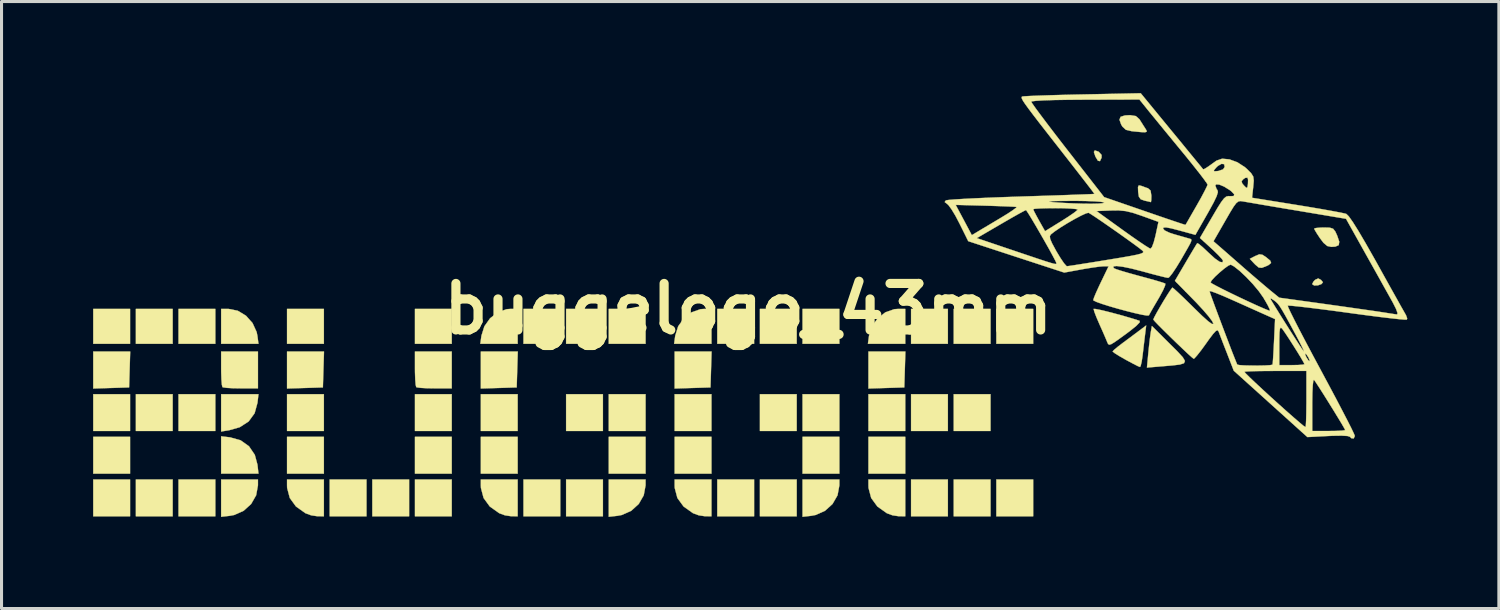
<source format=kicad_pcb>
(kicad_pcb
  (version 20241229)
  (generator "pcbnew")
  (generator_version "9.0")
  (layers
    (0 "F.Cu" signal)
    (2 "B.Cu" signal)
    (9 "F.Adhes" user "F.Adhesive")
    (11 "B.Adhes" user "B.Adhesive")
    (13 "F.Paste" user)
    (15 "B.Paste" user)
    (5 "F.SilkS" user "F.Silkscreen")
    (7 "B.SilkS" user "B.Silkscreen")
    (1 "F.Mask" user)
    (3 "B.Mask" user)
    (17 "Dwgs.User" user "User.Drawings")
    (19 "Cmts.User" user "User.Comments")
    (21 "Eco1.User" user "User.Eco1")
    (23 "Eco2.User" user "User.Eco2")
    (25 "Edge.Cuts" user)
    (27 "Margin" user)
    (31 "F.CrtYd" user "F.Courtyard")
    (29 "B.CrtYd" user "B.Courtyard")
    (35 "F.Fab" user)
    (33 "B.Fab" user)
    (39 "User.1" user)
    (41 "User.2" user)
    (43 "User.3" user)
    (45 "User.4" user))
  (footprint "buggelogo_43mm"
    (layer "F.Cu")
    (at 21.468 7.072)
    (property "Reference" "buggelogo_43mm" (at 0 0 0) (layer "F.SilkS") (effects (font (size 1.524 1.524) (thickness 0.3))))
    (attr through_hole)
    (fp_poly (pts (xy -20.256 1.143) (xy -21.463 1.143) (xy -21.463 0) (xy -20.256 0) (xy -20.256 1.143)) (stroke (width 0.01) (type solid)) (fill yes) (layer "F.SilkS"))
    (fp_poly (pts (xy -20.256 4) (xy -21.463 4) (xy -21.463 2.794) (xy -20.256 2.794) (xy -20.256 4)) (stroke (width 0.01) (type solid)) (fill yes) (layer "F.SilkS"))
    (fp_poly (pts (xy -20.256 5.397) (xy -21.463 5.397) (xy -21.463 4.191) (xy -20.256 4.191) (xy -20.256 5.397)) (stroke (width 0.01) (type solid)) (fill yes) (layer "F.SilkS"))
    (fp_poly (pts (xy -20.256 6.795) (xy -21.463 6.795) (xy -21.463 5.588) (xy -20.256 5.588) (xy -20.256 6.795)) (stroke (width 0.01) (type solid)) (fill yes) (layer "F.SilkS"))
    (fp_poly (pts (xy -18.86 1.143) (xy -20.066 1.143) (xy -20.066 0) (xy -18.86 0) (xy -18.86 1.143)) (stroke (width 0.01) (type solid)) (fill yes) (layer "F.SilkS"))
    (fp_poly (pts (xy -18.86 4) (xy -20.066 4) (xy -20.066 2.794) (xy -18.86 2.794) (xy -18.86 4)) (stroke (width 0.01) (type solid)) (fill yes) (layer "F.SilkS"))
    (fp_poly (pts (xy -18.86 6.795) (xy -20.066 6.795) (xy -20.066 5.588) (xy -18.86 5.588) (xy -18.86 6.795)) (stroke (width 0.01) (type solid)) (fill yes) (layer "F.SilkS"))
    (fp_poly (pts (xy -17.462 1.143) (xy -18.669 1.143) (xy -18.669 0) (xy -17.462 0) (xy -17.462 1.143)) (stroke (width 0.01) (type solid)) (fill yes) (layer "F.SilkS"))
    (fp_poly (pts (xy -17.462 4) (xy -18.669 4) (xy -18.669 2.794) (xy -17.462 2.794) (xy -17.462 4)) (stroke (width 0.01) (type solid)) (fill yes) (layer "F.SilkS"))
    (fp_poly (pts (xy -17.462 6.795) (xy -18.669 6.795) (xy -18.669 5.588) (xy -17.462 5.588) (xy -17.462 6.795)) (stroke (width 0.01) (type solid)) (fill yes) (layer "F.SilkS"))
    (fp_poly (pts (xy -13.906 1.143) (xy -15.113 1.143) (xy -15.113 0) (xy -13.906 0) (xy -13.906 1.143)) (stroke (width 0.01) (type solid)) (fill yes) (layer "F.SilkS"))
    (fp_poly (pts (xy -13.906 4) (xy -15.113 4) (xy -15.113 2.794) (xy -13.906 2.794) (xy -13.906 4)) (stroke (width 0.01) (type solid)) (fill yes) (layer "F.SilkS"))
    (fp_poly (pts (xy -13.906 5.397) (xy -15.113 5.397) (xy -15.113 4.191) (xy -13.906 4.191) (xy -13.906 5.397)) (stroke (width 0.01) (type solid)) (fill yes) (layer "F.SilkS"))
    (fp_poly (pts (xy -12.509 6.795) (xy -13.716 6.795) (xy -13.716 5.588) (xy -12.509 5.588) (xy -12.509 6.795)) (stroke (width 0.01) (type solid)) (fill yes) (layer "F.SilkS"))
    (fp_poly (pts (xy -11.113 6.795) (xy -12.319 6.795) (xy -12.319 5.588) (xy -11.113 5.588) (xy -11.113 6.795)) (stroke (width 0.01) (type solid)) (fill yes) (layer "F.SilkS"))
    (fp_poly (pts (xy -9.716 1.143) (xy -10.922 1.143) (xy -10.922 0) (xy -9.716 0) (xy -9.716 1.143)) (stroke (width 0.01) (type solid)) (fill yes) (layer "F.SilkS"))
    (fp_poly (pts (xy -9.716 4) (xy -10.922 4) (xy -10.922 2.794) (xy -9.716 2.794) (xy -9.716 4)) (stroke (width 0.01) (type solid)) (fill yes) (layer "F.SilkS"))
    (fp_poly (pts (xy -9.716 5.397) (xy -10.922 5.397) (xy -10.922 4.191) (xy -9.716 4.191) (xy -9.716 5.397)) (stroke (width 0.01) (type solid)) (fill yes) (layer "F.SilkS"))
    (fp_poly (pts (xy -9.716 6.795) (xy -10.922 6.795) (xy -10.922 5.588) (xy -9.716 5.588) (xy -9.716 6.795)) (stroke (width 0.01) (type solid)) (fill yes) (layer "F.SilkS"))
    (fp_poly (pts (xy -7.556 4) (xy -8.763 4) (xy -8.763 2.794) (xy -7.556 2.794) (xy -7.556 4)) (stroke (width 0.01) (type solid)) (fill yes) (layer "F.SilkS"))
    (fp_poly (pts (xy -7.556 5.397) (xy -8.763 5.397) (xy -8.763 4.191) (xy -7.556 4.191) (xy -7.556 5.397)) (stroke (width 0.01) (type solid)) (fill yes) (layer "F.SilkS"))
    (fp_poly (pts (xy -6.16 1.143) (xy -7.366 1.143) (xy -7.366 0) (xy -6.16 0) (xy -6.16 1.143)) (stroke (width 0.01) (type solid)) (fill yes) (layer "F.SilkS"))
    (fp_poly (pts (xy -6.16 6.795) (xy -7.366 6.795) (xy -7.366 5.588) (xy -6.16 5.588) (xy -6.16 6.795)) (stroke (width 0.01) (type solid)) (fill yes) (layer "F.SilkS"))
    (fp_poly (pts (xy -4.763 1.143) (xy -5.969 1.143) (xy -5.969 0) (xy -4.763 0) (xy -4.763 1.143)) (stroke (width 0.01) (type solid)) (fill yes) (layer "F.SilkS"))
    (fp_poly (pts (xy -4.763 4) (xy -5.969 4) (xy -5.969 2.794) (xy -4.763 2.794) (xy -4.763 4)) (stroke (width 0.01) (type solid)) (fill yes) (layer "F.SilkS"))
    (fp_poly (pts (xy -4.763 6.795) (xy -5.969 6.795) (xy -5.969 5.588) (xy -4.763 5.588) (xy -4.763 6.795)) (stroke (width 0.01) (type solid)) (fill yes) (layer "F.SilkS"))
    (fp_poly (pts (xy -3.365 1.143) (xy -4.572 1.143) (xy -4.572 0) (xy -3.365 0) (xy -3.365 1.143)) (stroke (width 0.01) (type solid)) (fill yes) (layer "F.SilkS"))
    (fp_poly (pts (xy -3.365 4) (xy -4.572 4) (xy -4.572 2.794) (xy -3.365 2.794) (xy -3.365 4)) (stroke (width 0.01) (type solid)) (fill yes) (layer "F.SilkS"))
    (fp_poly (pts (xy -3.365 5.397) (xy -4.572 5.397) (xy -4.572 4.191) (xy -3.365 4.191) (xy -3.365 5.397)) (stroke (width 0.01) (type solid)) (fill yes) (layer "F.SilkS"))
    (fp_poly (pts (xy -1.206 4) (xy -2.413 4) (xy -2.413 2.794) (xy -1.206 2.794) (xy -1.206 4)) (stroke (width 0.01) (type solid)) (fill yes) (layer "F.SilkS"))
    (fp_poly (pts (xy -1.206 5.397) (xy -2.413 5.397) (xy -2.413 4.191) (xy -1.206 4.191) (xy -1.206 5.397)) (stroke (width 0.01) (type solid)) (fill yes) (layer "F.SilkS"))
    (fp_poly (pts (xy 0.191 1.143) (xy -1.016 1.143) (xy -1.016 0) (xy 0.191 0) (xy 0.191 1.143)) (stroke (width 0.01) (type solid)) (fill yes) (layer "F.SilkS"))
    (fp_poly (pts (xy 0.191 6.795) (xy -1.016 6.795) (xy -1.016 5.588) (xy 0.191 5.588) (xy 0.191 6.795)) (stroke (width 0.01) (type solid)) (fill yes) (layer "F.SilkS"))
    (fp_poly (pts (xy 1.587 1.143) (xy 0.381 1.143) (xy 0.381 0) (xy 1.587 0) (xy 1.587 1.143)) (stroke (width 0.01) (type solid)) (fill yes) (layer "F.SilkS"))
    (fp_poly (pts (xy 1.587 4) (xy 0.381 4) (xy 0.381 2.794) (xy 1.587 2.794) (xy 1.587 4)) (stroke (width 0.01) (type solid)) (fill yes) (layer "F.SilkS"))
    (fp_poly (pts (xy 1.587 6.795) (xy 0.381 6.795) (xy 0.381 5.588) (xy 1.587 5.588) (xy 1.587 6.795)) (stroke (width 0.01) (type solid)) (fill yes) (layer "F.SilkS"))
    (fp_poly (pts (xy 2.985 1.143) (xy 1.778 1.143) (xy 1.778 0) (xy 2.985 0) (xy 2.985 1.143)) (stroke (width 0.01) (type solid)) (fill yes) (layer "F.SilkS"))
    (fp_poly (pts (xy 2.985 4) (xy 1.778 4) (xy 1.778 2.794) (xy 2.985 2.794) (xy 2.985 4)) (stroke (width 0.01) (type solid)) (fill yes) (layer "F.SilkS"))
    (fp_poly (pts (xy 2.985 5.397) (xy 1.778 5.397) (xy 1.778 4.191) (xy 2.985 4.191) (xy 2.985 5.397)) (stroke (width 0.01) (type solid)) (fill yes) (layer "F.SilkS"))
    (fp_poly (pts (xy 5.144 4) (xy 3.937 4) (xy 3.937 2.794) (xy 5.144 2.794) (xy 5.144 4)) (stroke (width 0.01) (type solid)) (fill yes) (layer "F.SilkS"))
    (fp_poly (pts (xy 5.144 5.397) (xy 3.937 5.397) (xy 3.937 4.191) (xy 5.144 4.191) (xy 5.144 5.397)) (stroke (width 0.01) (type solid)) (fill yes) (layer "F.SilkS"))
    (fp_poly (pts (xy 6.54 1.143) (xy 5.334 1.143) (xy 5.334 0) (xy 6.54 0) (xy 6.54 1.143)) (stroke (width 0.01) (type solid)) (fill yes) (layer "F.SilkS"))
    (fp_poly (pts (xy 6.54 4) (xy 5.334 4) (xy 5.334 2.794) (xy 6.54 2.794) (xy 6.54 4)) (stroke (width 0.01) (type solid)) (fill yes) (layer "F.SilkS"))
    (fp_poly (pts (xy 6.54 6.795) (xy 5.334 6.795) (xy 5.334 5.588) (xy 6.54 5.588) (xy 6.54 6.795)) (stroke (width 0.01) (type solid)) (fill yes) (layer "F.SilkS"))
    (fp_poly (pts (xy 7.938 1.143) (xy 6.731 1.143) (xy 6.731 0) (xy 7.938 0) (xy 7.938 1.143)) (stroke (width 0.01) (type solid)) (fill yes) (layer "F.SilkS"))
    (fp_poly (pts (xy 7.938 4) (xy 6.731 4) (xy 6.731 2.794) (xy 7.938 2.794) (xy 7.938 4)) (stroke (width 0.01) (type solid)) (fill yes) (layer "F.SilkS"))
    (fp_poly (pts (xy 7.938 6.795) (xy 6.731 6.795) (xy 6.731 5.588) (xy 7.938 5.588) (xy 7.938 6.795)) (stroke (width 0.01) (type solid)) (fill yes) (layer "F.SilkS"))
    (fp_poly (pts (xy 9.335 1.143) (xy 8.128 1.143) (xy 8.128 0) (xy 9.335 0) (xy 9.335 1.143)) (stroke (width 0.01) (type solid)) (fill yes) (layer "F.SilkS"))
    (fp_poly (pts (xy 9.335 6.795) (xy 8.128 6.795) (xy 8.128 5.588) (xy 9.335 5.588) (xy 9.335 6.795)) (stroke (width 0.01) (type solid)) (fill yes) (layer "F.SilkS"))
    (fp_poly (pts (xy -20.27 1.984) (xy -20.288 2.572) (xy -20.876 2.59) (xy -21.463 2.608) (xy -21.463 1.397) (xy -20.252 1.397) (xy -20.27 1.984)) (stroke (width 0.01) (type solid)) (fill yes) (layer "F.SilkS"))
    (fp_poly (pts (xy -13.92 1.984) (xy -13.938 2.572) (xy -14.526 2.59) (xy -15.113 2.608) (xy -15.113 1.397) (xy -13.902 1.397) (xy -13.92 1.984)) (stroke (width 0.01) (type solid)) (fill yes) (layer "F.SilkS"))
    (fp_poly (pts (xy -7.57 1.984) (xy -7.588 2.572) (xy -8.176 2.59) (xy -8.763 2.608) (xy -8.763 1.397) (xy -7.552 1.397) (xy -7.57 1.984)) (stroke (width 0.01) (type solid)) (fill yes) (layer "F.SilkS"))
    (fp_poly (pts (xy -1.22 1.984) (xy -1.238 2.572) (xy -1.826 2.59) (xy -2.413 2.608) (xy -2.413 1.397) (xy -1.202 1.397) (xy -1.22 1.984)) (stroke (width 0.01) (type solid)) (fill yes) (layer "F.SilkS"))
    (fp_poly (pts (xy 5.13 1.984) (xy 5.112 2.572) (xy 4.524 2.59) (xy 3.937 2.608) (xy 3.937 1.397) (xy 5.148 1.397) (xy 5.13 1.984)) (stroke (width 0.01) (type solid)) (fill yes) (layer "F.SilkS"))
    (fp_poly (pts (xy -16.979 4.208) (xy -16.634 4.305) (xy -16.359 4.501) (xy -16.169 4.781) (xy -16.082 5.104) (xy -16.049 5.397) (xy -17.272 5.397) (xy -17.272 4.174) (xy -16.979 4.208)) (stroke (width 0.01) (type solid)) (fill yes) (layer "F.SilkS"))
    (fp_poly (pts (xy -16.081 3.074) (xy -16.175 3.418) (xy -16.371 3.687) (xy -16.662 3.876) (xy -17.011 3.975) (xy -17.272 4.017) (xy -17.272 2.794) (xy -16.049 2.794) (xy -16.081 3.074)) (stroke (width 0.01) (type solid)) (fill yes) (layer "F.SilkS"))
    (fp_poly (pts (xy -16.729 0.059) (xy -16.459 0.222) (xy -16.244 0.462) (xy -16.109 0.757) (xy -16.084 0.879) (xy -16.049 1.143) (xy -17.272 1.143) (xy -17.272 0) (xy -17.027 0) (xy -16.729 0.059)) (stroke (width 0.01) (type solid)) (fill yes) (layer "F.SilkS"))
    (fp_poly (pts (xy -16.066 5.781) (xy -16.125 6.106) (xy -16.289 6.391) (xy -16.536 6.615) (xy -16.844 6.752) (xy -16.987 6.779) (xy -17.272 6.811) (xy -17.272 5.588) (xy -16.066 5.588) (xy -16.066 5.781)) (stroke (width 0.01) (type solid)) (fill yes) (layer "F.SilkS"))
    (fp_poly (pts (xy -7.556 1.143) (xy -8.78 1.143) (xy -8.744 0.879) (xy -8.647 0.57) (xy -8.459 0.306) (xy -8.207 0.111) (xy -7.917 0.009) (xy -7.801 0) (xy -7.556 0) (xy -7.556 1.143)) (stroke (width 0.01) (type solid)) (fill yes) (layer "F.SilkS"))
    (fp_poly (pts (xy -3.365 5.781) (xy -3.425 6.106) (xy -3.589 6.391) (xy -3.836 6.615) (xy -4.144 6.752) (xy -4.287 6.779) (xy -4.572 6.811) (xy -4.572 5.588) (xy -3.365 5.588) (xy -3.365 5.781)) (stroke (width 0.01) (type solid)) (fill yes) (layer "F.SilkS"))
    (fp_poly (pts (xy -1.206 1.143) (xy -2.43 1.143) (xy -2.394 0.879) (xy -2.297 0.57) (xy -2.109 0.306) (xy -1.857 0.111) (xy -1.567 0.009) (xy -1.451 0) (xy -1.206 0) (xy -1.206 1.143)) (stroke (width 0.01) (type solid)) (fill yes) (layer "F.SilkS"))
    (fp_poly (pts (xy 2.985 5.781) (xy 2.925 6.106) (xy 2.761 6.391) (xy 2.514 6.615) (xy 2.206 6.752) (xy 2.063 6.779) (xy 1.778 6.811) (xy 1.778 5.588) (xy 2.985 5.588) (xy 2.985 5.781)) (stroke (width 0.01) (type solid)) (fill yes) (layer "F.SilkS"))
    (fp_poly (pts (xy 5.144 1.143) (xy 3.92 1.143) (xy 3.956 0.879) (xy 4.053 0.57) (xy 4.241 0.306) (xy 4.493 0.111) (xy 4.783 0.009) (xy 4.899 0) (xy 5.144 0) (xy 5.144 1.143)) (stroke (width 0.01) (type solid)) (fill yes) (layer "F.SilkS"))
    (fp_poly (pts (xy 11.471 -5.155) (xy 11.482 -5.149) (xy 11.577 -5.045) (xy 11.576 -4.954) (xy 11.523 -4.842) (xy 11.456 -4.856) (xy 11.374 -4.993) (xy 11.324 -5.141) (xy 11.355 -5.194) (xy 11.471 -5.155)) (stroke (width 0.01) (type solid)) (fill yes) (layer "F.SilkS"))
    (fp_poly (pts (xy -13.906 6.795) (xy -14.113 6.794) (xy -14.322 6.763) (xy -14.51 6.694) (xy -14.821 6.473) (xy -15.023 6.195) (xy -15.11 5.866) (xy -15.113 5.781) (xy -15.113 5.588) (xy -13.906 5.588) (xy -13.906 6.795)) (stroke (width 0.01) (type solid)) (fill yes) (layer "F.SilkS"))
    (fp_poly (pts (xy -7.556 6.795) (xy -7.763 6.794) (xy -7.972 6.763) (xy -8.16 6.694) (xy -8.471 6.473) (xy -8.673 6.195) (xy -8.76 5.866) (xy -8.763 5.781) (xy -8.763 5.588) (xy -7.556 5.588) (xy -7.556 6.795)) (stroke (width 0.01) (type solid)) (fill yes) (layer "F.SilkS"))
    (fp_poly (pts (xy -1.206 6.795) (xy -1.413 6.794) (xy -1.622 6.763) (xy -1.81 6.694) (xy -2.121 6.473) (xy -2.323 6.195) (xy -2.41 5.866) (xy -2.413 5.781) (xy -2.413 5.588) (xy -1.206 5.588) (xy -1.206 6.795)) (stroke (width 0.01) (type solid)) (fill yes) (layer "F.SilkS"))
    (fp_poly (pts (xy 5.144 6.795) (xy 4.937 6.794) (xy 4.728 6.763) (xy 4.54 6.694) (xy 4.229 6.473) (xy 4.027 6.195) (xy 3.94 5.866) (xy 3.937 5.781) (xy 3.937 5.588) (xy 5.144 5.588) (xy 5.144 6.795)) (stroke (width 0.01) (type solid)) (fill yes) (layer "F.SilkS"))
    (fp_poly (pts (xy 18.767 -0.95) (xy 18.829 -0.874) (xy 18.783 -0.816) (xy 18.661 -0.771) (xy 18.541 -0.769) (xy 18.479 -0.81) (xy 18.479 -0.818) (xy 18.522 -0.9) (xy 18.574 -0.953) (xy 18.675 -0.999) (xy 18.767 -0.95)) (stroke (width 0.01) (type solid)) (fill yes) (layer "F.SilkS"))
    (fp_poly (pts (xy -16.066 2.603) (xy -16.626 2.603) (xy -16.882 2.599) (xy -17.087 2.587) (xy -17.21 2.57) (xy -17.23 2.561) (xy -17.249 2.483) (xy -17.263 2.308) (xy -17.271 2.071) (xy -17.272 1.958) (xy -17.272 1.397) (xy -16.066 1.397) (xy -16.066 2.603)) (stroke (width 0.01) (type solid)) (fill yes) (layer "F.SilkS"))
    (fp_poly (pts (xy -9.716 2.603) (xy -10.276 2.603) (xy -10.532 2.599) (xy -10.737 2.587) (xy -10.86 2.57) (xy -10.88 2.561) (xy -10.899 2.483) (xy -10.913 2.308) (xy -10.921 2.071) (xy -10.922 1.958) (xy -10.922 1.397) (xy -9.716 1.397) (xy -9.716 2.603)) (stroke (width 0.01) (type solid)) (fill yes) (layer "F.SilkS"))
    (fp_poly (pts (xy 16.847 -1.774) (xy 16.967 -1.695) (xy 17.103 -1.582) (xy 17.131 -1.507) (xy 17.053 -1.441) (xy 16.983 -1.407) (xy 16.828 -1.346) (xy 16.725 -1.356) (xy 16.616 -1.448) (xy 16.578 -1.487) (xy 16.434 -1.641) (xy 16.612 -1.734) (xy 16.744 -1.789) (xy 16.847 -1.774)) (stroke (width 0.01) (type solid)) (fill yes) (layer "F.SilkS"))
    (fp_poly (pts (xy 13.819 1.151) (xy 14.076 1.407) (xy 14.24 1.587) (xy 14.308 1.706) (xy 14.277 1.779) (xy 14.14 1.823) (xy 13.896 1.852) (xy 13.624 1.875) (xy 13.063 1.922) (xy 13.107 1.453) (xy 13.134 1.188) (xy 13.163 0.943) (xy 13.187 0.771) (xy 13.225 0.559) (xy 13.819 1.151)) (stroke (width 0.01) (type solid)) (fill yes) (layer "F.SilkS"))
    (fp_poly (pts (xy 12.867 -4.035) (xy 12.87 -4.034) (xy 13.03 -3.975) (xy 13.097 -3.954) (xy 13.182 -3.877) (xy 13.208 -3.707) (xy 13.204 -3.566) (xy 13.194 -3.5) (xy 13.192 -3.5) (xy 13.126 -3.517) (xy 12.988 -3.547) (xy 12.986 -3.548) (xy 12.859 -3.592) (xy 12.798 -3.678) (xy 12.775 -3.835) (xy 12.769 -3.991) (xy 12.795 -4.048) (xy 12.867 -4.035)) (stroke (width 0.01) (type solid)) (fill yes) (layer "F.SilkS"))
    (fp_poly (pts (xy 19.054 -2.662) (xy 19.163 -2.627) (xy 19.235 -2.536) (xy 19.298 -2.397) (xy 19.364 -2.202) (xy 19.347 -2.09) (xy 19.234 -2.041) (xy 19.101 -2.033) (xy 18.972 -2.061) (xy 18.849 -2.164) (xy 18.736 -2.313) (xy 18.628 -2.476) (xy 18.557 -2.594) (xy 18.542 -2.631) (xy 18.599 -2.651) (xy 18.745 -2.664) (xy 18.862 -2.667) (xy 19.054 -2.662)) (stroke (width 0.01) (type solid)) (fill yes) (layer "F.SilkS"))
    (fp_poly (pts (xy 12.699 -6.319) (xy 12.817 -6.214) (xy 12.821 -6.207) (xy 12.93 -6.035) (xy 13.003 -5.921) (xy 13.049 -5.847) (xy 13.054 -5.805) (xy 13 -5.788) (xy 12.865 -5.794) (xy 12.628 -5.817) (xy 12.557 -5.825) (xy 12.373 -5.869) (xy 12.258 -5.975) (xy 12.217 -6.045) (xy 12.162 -6.2) (xy 12.2 -6.295) (xy 12.343 -6.34) (xy 12.51 -6.349) (xy 12.699 -6.319)) (stroke (width 0.01) (type solid)) (fill yes) (layer "F.SilkS"))
    (fp_poly (pts (xy 12.999 0.858) (xy 12.968 1.114) (xy 12.934 1.406) (xy 12.918 1.54) (xy 12.889 1.735) (xy 12.857 1.867) (xy 12.836 1.903) (xy 12.764 1.874) (xy 12.613 1.797) (xy 12.411 1.689) (xy 12.367 1.665) (xy 12.164 1.549) (xy 12.013 1.455) (xy 11.941 1.4) (xy 11.939 1.395) (xy 11.985 1.342) (xy 12.108 1.239) (xy 12.271 1.114) (xy 12.488 0.953) (xy 12.7 0.795) (xy 12.821 0.704) (xy 13.038 0.541) (xy 12.999 0.858)) (stroke (width 0.01) (type solid)) (fill yes) (layer "F.SilkS"))
    (fp_poly (pts (xy 11.379 0.002) (xy 11.537 0.033) (xy 11.763 0.087) (xy 12.031 0.157) (xy 12.315 0.235) (xy 12.588 0.315) (xy 12.823 0.39) (xy 12.824 0.39) (xy 12.824 0.44) (xy 12.719 0.55) (xy 12.515 0.716) (xy 12.443 0.77) (xy 12.181 0.962) (xy 12.003 1.088) (xy 11.891 1.156) (xy 11.825 1.173) (xy 11.789 1.147) (xy 11.761 1.088) (xy 11.753 1.067) (xy 11.699 0.938) (xy 11.611 0.735) (xy 11.506 0.501) (xy 11.498 0.482) (xy 11.405 0.266) (xy 11.34 0.097) (xy 11.316 0.005) (xy 11.317 -0.001) (xy 11.379 0.002)) (stroke (width 0.01) (type solid)) (fill yes) (layer "F.SilkS"))
    (fp_poly (pts (xy 13.87 -5.835) (xy 14.148 -5.498) (xy 14.397 -5.193) (xy 14.608 -4.936) (xy 14.77 -4.739) (xy 14.871 -4.616) (xy 14.9 -4.579) (xy 14.926 -4.577) (xy 14.991 -4.612) (xy 15.116 -4.696) (xy 15.32 -4.843) (xy 15.343 -4.859) (xy 15.527 -4.922) (xy 15.766 -4.9) (xy 16.025 -4.805) (xy 16.272 -4.645) (xy 16.341 -4.584) (xy 16.479 -4.444) (xy 16.547 -4.334) (xy 16.563 -4.202) (xy 16.545 -3.996) (xy 16.506 -3.642) (xy 17.984 -3.404) (xy 18.41 -3.334) (xy 18.799 -3.268) (xy 19.132 -3.208) (xy 19.39 -3.16) (xy 19.553 -3.125) (xy 19.597 -3.112) (xy 19.675 -3.035) (xy 19.808 -2.847) (xy 19.995 -2.549) (xy 20.233 -2.144) (xy 20.523 -1.634) (xy 20.608 -1.482) (xy 20.837 -1.069) (xy 21.048 -0.69) (xy 21.234 -0.358) (xy 21.384 -0.089) (xy 21.492 0.101) (xy 21.547 0.198) (xy 21.55 0.203) (xy 21.589 0.308) (xy 21.579 0.35) (xy 21.509 0.351) (xy 21.329 0.336) (xy 21.054 0.306) (xy 20.701 0.264) (xy 20.285 0.211) (xy 19.821 0.149) (xy 19.626 0.122) (xy 19.148 0.057) (xy 18.711 0.001) (xy 18.331 -0.046) (xy 18.023 -0.081) (xy 17.804 -0.103) (xy 17.688 -0.109) (xy 17.675 -0.107) (xy 17.696 -0.044) (xy 17.771 0.117) (xy 17.894 0.364) (xy 18.059 0.686) (xy 18.259 1.068) (xy 18.488 1.5) (xy 18.739 1.968) (xy 18.757 2.002) (xy 19.011 2.475) (xy 19.245 2.914) (xy 19.451 3.308) (xy 19.625 3.643) (xy 19.758 3.905) (xy 19.843 4.083) (xy 19.875 4.163) (xy 19.875 4.164) (xy 19.836 4.245) (xy 19.756 4.235) (xy 19.717 4.191) (xy 19.635 4.164) (xy 19.442 4.153) (xy 19.151 4.157) (xy 18.999 4.164) (xy 18.32 4.199) (xy 17.113 3.111) (xy 15.947 2.06) (xy 16.256 2.06) (xy 16.301 2.115) (xy 16.424 2.237) (xy 16.609 2.413) (xy 16.838 2.626) (xy 17.095 2.862) (xy 17.362 3.104) (xy 17.622 3.337) (xy 17.859 3.546) (xy 18.055 3.715) (xy 18.193 3.83) (xy 18.257 3.873) (xy 18.258 3.873) (xy 18.269 3.814) (xy 18.278 3.649) (xy 18.284 3.402) (xy 18.287 3.131) (xy 18.479 3.131) (xy 18.479 4) (xy 19.018 4) (xy 19.262 3.997) (xy 19.449 3.988) (xy 19.549 3.974) (xy 19.558 3.968) (xy 19.526 3.905) (xy 19.441 3.758) (xy 19.315 3.551) (xy 19.165 3.305) (xy 19.004 3.046) (xy 18.846 2.794) (xy 18.706 2.575) (xy 18.599 2.411) (xy 18.538 2.325) (xy 18.535 2.321) (xy 18.513 2.357) (xy 18.496 2.503) (xy 18.484 2.743) (xy 18.479 3.06) (xy 18.479 3.131) (xy 18.287 3.131) (xy 18.288 3.096) (xy 18.288 2.953) (xy 18.288 2.032) (xy 17.272 2.032) (xy 16.929 2.034) (xy 16.635 2.038) (xy 16.413 2.045) (xy 16.282 2.054) (xy 16.256 2.06) (xy 15.947 2.06) (xy 15.907 2.024) (xy 15.681 1.44) (xy 15.578 1.177) (xy 15.49 0.948) (xy 15.428 0.786) (xy 15.409 0.737) (xy 15.377 0.697) (xy 15.322 0.721) (xy 15.23 0.82) (xy 15.089 1.007) (xy 15 1.133) (xy 14.843 1.349) (xy 14.711 1.517) (xy 14.622 1.617) (xy 14.595 1.634) (xy 14.534 1.586) (xy 14.404 1.469) (xy 14.227 1.302) (xy 14.021 1.105) (xy 13.808 0.898) (xy 13.606 0.699) (xy 13.436 0.529) (xy 13.318 0.405) (xy 13.272 0.349) (xy 13.271 0.348) (xy 13.302 0.275) (xy 13.381 0.128) (xy 13.491 -0.064) (xy 13.614 -0.272) (xy 13.734 -0.466) (xy 13.832 -0.616) (xy 13.891 -0.694) (xy 13.898 -0.699) (xy 13.954 -0.656) (xy 14.083 -0.539) (xy 14.267 -0.364) (xy 14.49 -0.146) (xy 14.588 -0.049) (xy 14.867 0.223) (xy 15.066 0.402) (xy 15.189 0.491) (xy 15.238 0.492) (xy 15.24 0.482) (xy 15.197 0.395) (xy 15.08 0.24) (xy 14.904 0.035) (xy 14.687 -0.199) (xy 14.609 -0.279) (xy 14.31 -0.584) (xy 15.113 -0.584) (xy 15.134 -0.514) (xy 15.193 -0.348) (xy 15.281 -0.108) (xy 15.39 0.184) (xy 15.511 0.506) (xy 15.636 0.836) (xy 15.756 1.151) (xy 15.863 1.43) (xy 15.95 1.649) (xy 16.006 1.788) (xy 16.023 1.824) (xy 16.092 1.84) (xy 16.252 1.851) (xy 16.468 1.856) (xy 16.703 1.857) (xy 16.924 1.853) (xy 17.093 1.843) (xy 17.176 1.828) (xy 17.178 1.826) (xy 17.186 1.76) (xy 17.198 1.593) (xy 17.212 1.35) (xy 17.22 1.193) (xy 17.399 1.193) (xy 17.399 1.841) (xy 17.812 1.841) (xy 18.022 1.837) (xy 18.171 1.826) (xy 18.224 1.812) (xy 18.192 1.745) (xy 18.108 1.599) (xy 18.023 1.46) (xy 18.252 1.46) (xy 18.252 1.507) (xy 18.288 1.587) (xy 18.354 1.687) (xy 18.388 1.714) (xy 18.387 1.668) (xy 18.352 1.587) (xy 18.286 1.488) (xy 18.252 1.46) (xy 18.023 1.46) (xy 17.988 1.403) (xy 17.85 1.184) (xy 17.713 0.97) (xy 17.592 0.788) (xy 17.506 0.665) (xy 17.484 0.637) (xy 17.445 0.613) (xy 17.42 0.653) (xy 17.406 0.773) (xy 17.4 0.993) (xy 17.399 1.193) (xy 17.22 1.193) (xy 17.226 1.072) (xy 17.261 0.333) (xy 16.901 0.173) (xy 16.696 0.081) (xy 16.414 -0.045) (xy 16.096 -0.188) (xy 15.827 -0.308) (xy 15.556 -0.427) (xy 15.332 -0.518) (xy 15.177 -0.574) (xy 15.113 -0.585) (xy 15.113 -0.584) (xy 14.31 -0.584) (xy 14.031 -0.868) (xy 15.145 -0.868) (xy 15.199 -0.829) (xy 15.346 -0.749) (xy 15.562 -0.638) (xy 15.826 -0.508) (xy 16.113 -0.37) (xy 16.401 -0.235) (xy 16.666 -0.113) (xy 16.887 -0.016) (xy 17.039 0.046) (xy 17.095 0.062) (xy 17.086 0.013) (xy 17.023 -0.118) (xy 16.917 -0.305) (xy 16.907 -0.321) (xy 17.112 -0.321) (xy 17.121 -0.306) (xy 17.254 -0.087) (xy 17.414 0.172) (xy 17.588 0.45) (xy 17.763 0.725) (xy 17.926 0.979) (xy 18.062 1.189) (xy 18.16 1.335) (xy 18.206 1.396) (xy 18.207 1.397) (xy 18.191 1.345) (xy 18.125 1.206) (xy 18.021 1.002) (xy 17.935 0.841) (xy 17.743 0.485) (xy 17.599 0.223) (xy 17.493 0.038) (xy 17.414 -0.087) (xy 17.351 -0.17) (xy 17.292 -0.229) (xy 17.228 -0.279) (xy 17.125 -0.345) (xy 17.112 -0.321) (xy 16.907 -0.321) (xy 16.881 -0.365) (xy 16.732 -0.577) (xy 16.536 -0.812) (xy 16.317 -1.043) (xy 16.103 -1.245) (xy 15.918 -1.391) (xy 15.809 -1.451) (xy 15.734 -1.421) (xy 15.604 -1.328) (xy 15.448 -1.198) (xy 15.298 -1.06) (xy 15.187 -0.94) (xy 15.145 -0.868) (xy 14.031 -0.868) (xy 13.979 -0.921) (xy 14.333 -1.524) (xy 14.478 -1.77) (xy 14.599 -1.973) (xy 14.681 -2.109) (xy 14.711 -2.155) (xy 14.764 -2.128) (xy 14.882 -2.03) (xy 15.041 -1.881) (xy 15.069 -1.854) (xy 15.289 -1.653) (xy 15.447 -1.543) (xy 15.538 -1.528) (xy 15.557 -1.577) (xy 15.514 -1.642) (xy 15.397 -1.768) (xy 15.231 -1.93) (xy 15.178 -1.978) (xy 14.919 -2.216) (xy 15.243 -2.216) (xy 15.477 -2.013) (xy 15.623 -1.886) (xy 15.833 -1.702) (xy 16.075 -1.49) (xy 16.254 -1.333) (xy 16.51 -1.111) (xy 16.766 -0.892) (xy 16.986 -0.705) (xy 17.097 -0.612) (xy 17.397 -0.368) (xy 18.938 -0.154) (xy 19.388 -0.091) (xy 19.816 -0.03) (xy 20.2 0.025) (xy 20.517 0.07) (xy 20.744 0.104) (xy 20.828 0.117) (xy 21.037 0.15) (xy 21.2 0.175) (xy 21.26 0.182) (xy 21.274 0.137) (xy 21.225 0.00034) (xy 21.119 -0.21) (xy 21.103 -0.238) (xy 20.997 -0.429) (xy 20.842 -0.706) (xy 20.655 -1.042) (xy 20.448 -1.412) (xy 20.236 -1.79) (xy 20.225 -1.81) (xy 19.586 -2.953) (xy 18 -3.219) (xy 17.556 -3.293) (xy 17.143 -3.363) (xy 16.782 -3.424) (xy 16.493 -3.474) (xy 16.293 -3.508) (xy 16.215 -3.522) (xy 16.129 -3.534) (xy 16.059 -3.521) (xy 15.989 -3.466) (xy 15.903 -3.351) (xy 15.786 -3.16) (xy 15.629 -2.888) (xy 15.243 -2.216) (xy 14.919 -2.216) (xy 14.799 -2.325) (xy 15.204 -3.02) (xy 15.374 -3.309) (xy 15.498 -3.504) (xy 15.589 -3.622) (xy 15.662 -3.681) (xy 15.733 -3.697) (xy 15.773 -3.694) (xy 15.905 -3.698) (xy 15.923 -3.754) (xy 15.826 -3.855) (xy 15.781 -3.89) (xy 15.594 -4.007) (xy 15.434 -4.074) (xy 15.329 -4.081) (xy 15.303 -4.043) (xy 15.345 -3.929) (xy 15.374 -3.891) (xy 15.387 -3.826) (xy 15.348 -3.697) (xy 15.25 -3.491) (xy 15.088 -3.195) (xy 15.048 -3.124) (xy 14.65 -2.427) (xy 14.12 -2.572) (xy 13.854 -2.641) (xy 13.689 -2.671) (xy 13.607 -2.665) (xy 13.589 -2.634) (xy 13.646 -2.57) (xy 13.799 -2.497) (xy 13.954 -2.446) (xy 14.172 -2.384) (xy 14.353 -2.332) (xy 14.434 -2.309) (xy 14.487 -2.294) (xy 14.517 -2.275) (xy 14.517 -2.231) (xy 14.48 -2.143) (xy 14.398 -1.994) (xy 14.265 -1.762) (xy 14.172 -1.601) (xy 14.026 -1.361) (xy 13.897 -1.169) (xy 13.801 -1.048) (xy 13.759 -1.017) (xy 13.672 -1.033) (xy 13.489 -1.078) (xy 13.236 -1.143) (xy 12.94 -1.224) (xy 12.922 -1.229) (xy 12.561 -1.322) (xy 12.274 -1.381) (xy 12.071 -1.406) (xy 11.966 -1.395) (xy 11.968 -1.347) (xy 11.981 -1.333) (xy 12.059 -1.3) (xy 12.236 -1.243) (xy 12.485 -1.17) (xy 12.782 -1.088) (xy 12.827 -1.076) (xy 13.128 -0.994) (xy 13.384 -0.922) (xy 13.571 -0.865) (xy 13.662 -0.831) (xy 13.666 -0.829) (xy 13.656 -0.762) (xy 13.592 -0.614) (xy 13.484 -0.412) (xy 13.429 -0.317) (xy 13.299 -0.096) (xy 13.196 0.083) (xy 13.136 0.193) (xy 13.128 0.211) (xy 13.063 0.217) (xy 12.904 0.191) (xy 12.676 0.14) (xy 12.404 0.072) (xy 12.116 -0.006) (xy 11.836 -0.087) (xy 11.592 -0.164) (xy 11.408 -0.23) (xy 11.312 -0.277) (xy 11.303 -0.289) (xy 11.329 -0.373) (xy 11.399 -0.541) (xy 11.501 -0.763) (xy 11.555 -0.876) (xy 11.806 -1.397) (xy 11.643 -1.397) (xy 11.508 -1.386) (xy 11.287 -1.356) (xy 11.021 -1.313) (xy 10.916 -1.294) (xy 10.353 -1.191) (xy 8.78 -1.705) (xy 7.207 -2.22) (xy 7.158 -2.32) (xy 7.487 -2.32) (xy 8.744 -1.895) (xy 9.181 -1.748) (xy 9.511 -1.637) (xy 9.751 -1.558) (xy 9.914 -1.508) (xy 10.016 -1.48) (xy 10.07 -1.472) (xy 10.092 -1.479) (xy 10.096 -1.496) (xy 10.097 -1.498) (xy 10.067 -1.569) (xy 9.986 -1.723) (xy 9.869 -1.939) (xy 9.726 -2.192) (xy 9.617 -2.384) (xy 9.881 -2.384) (xy 9.891 -2.296) (xy 9.953 -2.151) (xy 10.074 -1.927) (xy 10.101 -1.879) (xy 10.232 -1.663) (xy 10.345 -1.497) (xy 10.424 -1.408) (xy 10.443 -1.399) (xy 10.523 -1.409) (xy 10.709 -1.437) (xy 10.98 -1.48) (xy 11.316 -1.533) (xy 11.697 -1.595) (xy 11.768 -1.607) (xy 12.194 -1.677) (xy 12.509 -1.732) (xy 12.728 -1.775) (xy 12.863 -1.81) (xy 12.931 -1.841) (xy 12.945 -1.872) (xy 12.92 -1.906) (xy 12.911 -1.914) (xy 12.804 -1.999) (xy 12.623 -2.133) (xy 12.39 -2.301) (xy 12.127 -2.488) (xy 11.857 -2.677) (xy 11.602 -2.854) (xy 11.384 -3.002) (xy 11.225 -3.106) (xy 11.15 -3.15) (xy 11.067 -3.131) (xy 10.905 -3.057) (xy 10.694 -2.945) (xy 10.461 -2.811) (xy 10.233 -2.67) (xy 10.038 -2.538) (xy 9.914 -2.44) (xy 9.881 -2.384) (xy 9.617 -2.384) (xy 9.573 -2.46) (xy 9.422 -2.721) (xy 9.286 -2.95) (xy 9.178 -3.126) (xy 9.112 -3.225) (xy 9.098 -3.239) (xy 9.033 -3.208) (xy 8.879 -3.125) (xy 8.656 -3) (xy 8.386 -2.844) (xy 8.274 -2.779) (xy 7.487 -2.32) (xy 7.158 -2.32) (xy 6.921 -2.798) (xy 6.789 -3.05) (xy 6.662 -3.26) (xy 6.559 -3.401) (xy 6.55 -3.409) (xy 6.796 -3.409) (xy 7.061 -2.913) (xy 7.325 -2.417) (xy 7.52 -2.534) (xy 7.658 -2.617) (xy 7.872 -2.744) (xy 8.125 -2.895) (xy 8.282 -2.989) (xy 8.509 -3.128) (xy 8.681 -3.243) (xy 8.715 -3.269) (xy 9.335 -3.269) (xy 9.363 -3.201) (xy 9.439 -3.056) (xy 9.529 -2.892) (xy 9.724 -2.547) (xy 10.259 -2.877) (xy 10.485 -3.021) (xy 10.665 -3.144) (xy 10.746 -3.207) (xy 11.409 -3.207) (xy 12.261 -2.592) (xy 12.55 -2.386) (xy 12.805 -2.209) (xy 13.008 -2.073) (xy 13.141 -1.991) (xy 13.181 -1.973) (xy 13.227 -2.028) (xy 13.284 -2.177) (xy 13.34 -2.389) (xy 13.345 -2.411) (xy 13.44 -2.853) (xy 12.901 -3.048) (xy 12.602 -3.149) (xy 12.364 -3.206) (xy 12.134 -3.228) (xy 11.886 -3.225) (xy 11.409 -3.207) (xy 10.746 -3.207) (xy 10.773 -3.228) (xy 10.794 -3.254) (xy 10.735 -3.273) (xy 10.574 -3.288) (xy 10.336 -3.299) (xy 10.065 -3.302) (xy 9.777 -3.299) (xy 9.543 -3.292) (xy 9.387 -3.281) (xy 9.335 -3.269) (xy 8.715 -3.269) (xy 8.779 -3.318) (xy 8.79 -3.341) (xy 8.709 -3.348) (xy 8.524 -3.357) (xy 8.26 -3.367) (xy 7.94 -3.378) (xy 7.764 -3.383) (xy 6.796 -3.409) (xy 6.55 -3.409) (xy 6.514 -3.442) (xy 6.436 -3.501) (xy 6.45 -3.522) (xy 9.855 -3.522) (xy 9.864 -3.511) (xy 9.987 -3.497) (xy 10.001 -3.496) (xy 10.319 -3.474) (xy 10.645 -3.458) (xy 10.958 -3.449) (xy 11.238 -3.446) (xy 11.463 -3.451) (xy 11.612 -3.462) (xy 11.665 -3.48) (xy 11.652 -3.491) (xy 11.547 -3.51) (xy 11.339 -3.525) (xy 11.056 -3.536) (xy 10.722 -3.541) (xy 10.541 -3.54) (xy 10.19 -3.537) (xy 9.962 -3.531) (xy 9.855 -3.522) (xy 6.45 -3.522) (xy 6.469 -3.55) (xy 6.483 -3.558) (xy 6.565 -3.571) (xy 6.759 -3.587) (xy 7.051 -3.605) (xy 7.426 -3.624) (xy 7.87 -3.644) (xy 8.368 -3.663) (xy 8.906 -3.681) (xy 8.954 -3.683) (xy 9.49 -3.7) (xy 9.984 -3.716) (xy 10.422 -3.731) (xy 10.791 -3.745) (xy 11.077 -3.755) (xy 11.265 -3.763) (xy 11.341 -3.768) (xy 11.342 -3.768) (xy 11.307 -3.819) (xy 11.202 -3.957) (xy 11.038 -4.17) (xy 10.824 -4.446) (xy 10.57 -4.773) (xy 10.285 -5.137) (xy 10.181 -5.271) (xy 9.831 -5.718) (xy 9.552 -6.076) (xy 9.337 -6.356) (xy 9.178 -6.567) (xy 9.068 -6.719) (xy 9.022 -6.789) (xy 9.271 -6.789) (xy 9.309 -6.726) (xy 9.415 -6.575) (xy 9.582 -6.35) (xy 9.798 -6.063) (xy 10.054 -5.727) (xy 10.341 -5.355) (xy 10.466 -5.195) (xy 11.66 -3.663) (xy 12.99 -3.204) (xy 13.375 -3.071) (xy 13.717 -2.954) (xy 13.999 -2.859) (xy 14.203 -2.791) (xy 14.313 -2.756) (xy 14.326 -2.753) (xy 14.359 -2.808) (xy 14.441 -2.951) (xy 14.561 -3.16) (xy 14.691 -3.386) (xy 14.835 -3.641) (xy 14.95 -3.858) (xy 15.026 -4.011) (xy 15.05 -4.074) (xy 15.011 -4.14) (xy 14.979 -4.183) (xy 16.162 -4.183) (xy 16.188 -4.107) (xy 16.239 -4.047) (xy 16.321 -3.965) (xy 16.355 -3.987) (xy 16.372 -4.094) (xy 16.376 -4.233) (xy 16.358 -4.301) (xy 16.288 -4.295) (xy 16.224 -4.254) (xy 16.162 -4.183) (xy 14.979 -4.183) (xy 14.902 -4.288) (xy 14.736 -4.504) (xy 14.709 -4.537) (xy 15.253 -4.537) (xy 15.272 -4.509) (xy 15.399 -4.519) (xy 15.556 -4.572) (xy 15.609 -4.651) (xy 15.592 -4.743) (xy 15.508 -4.754) (xy 15.388 -4.686) (xy 15.33 -4.63) (xy 15.253 -4.537) (xy 14.709 -4.537) (xy 14.524 -4.771) (xy 14.277 -5.075) (xy 14.176 -5.197) (xy 13.901 -5.531) (xy 13.637 -5.852) (xy 13.402 -6.14) (xy 13.21 -6.374) (xy 13.079 -6.534) (xy 13.06 -6.559) (xy 12.816 -6.861) (xy 11.044 -6.856) (xy 10.498 -6.852) (xy 10.043 -6.845) (xy 9.685 -6.834) (xy 9.433 -6.819) (xy 9.296 -6.802) (xy 9.271 -6.789) (xy 9.022 -6.789) (xy 8.999 -6.824) (xy 8.964 -6.892) (xy 8.956 -6.932) (xy 8.967 -6.956) (xy 8.968 -6.958) (xy 9.037 -6.966) (xy 9.217 -6.977) (xy 9.493 -6.988) (xy 9.848 -7) (xy 10.267 -7.012) (xy 10.735 -7.023) (xy 10.929 -7.027) (xy 12.859 -7.067) (xy 13.87 -5.835)) (stroke (width 0.01) (type solid)) (fill yes) (layer "F.SilkS")))
  (gr_rect
    (start -3 -3)
    (end 46.062 16.888)
    (stroke (width 0.1) (type default))
    (fill no)
    (layer "Edge.Cuts")))
</source>
